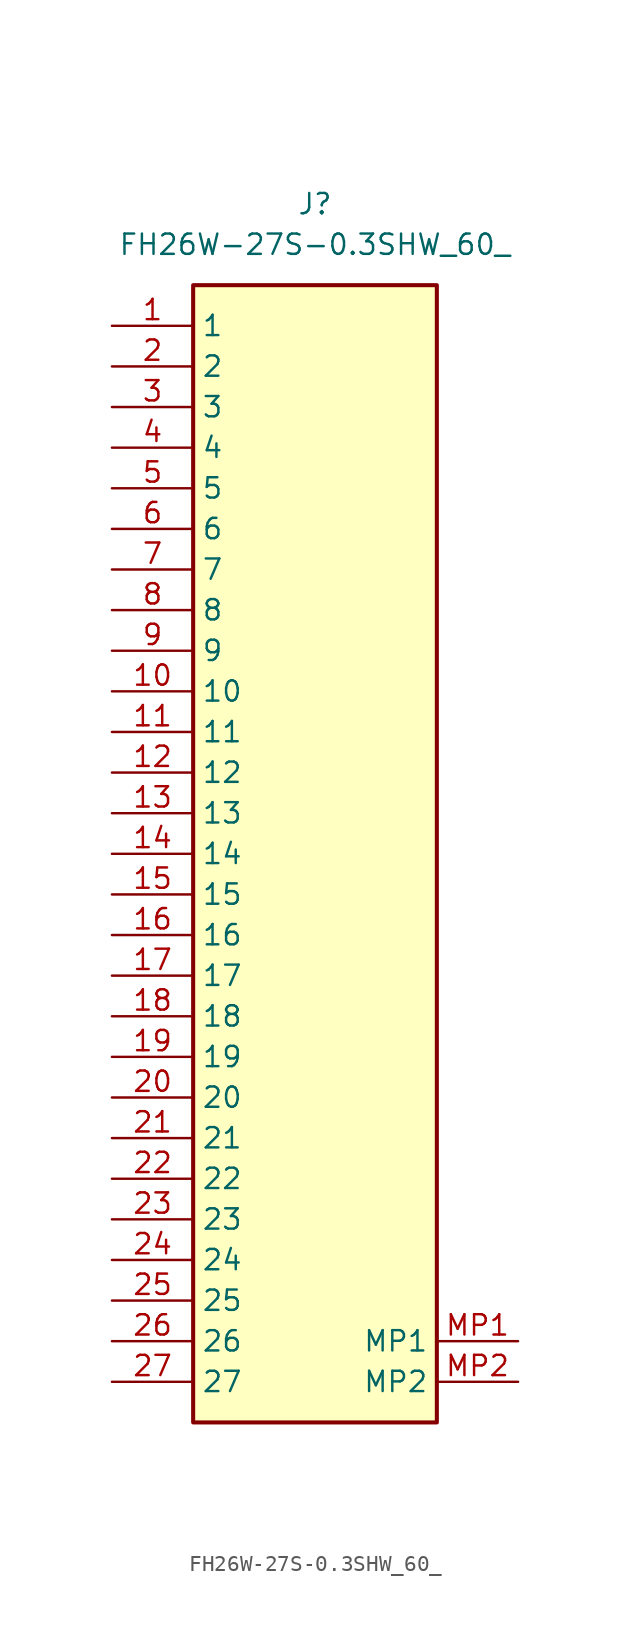
<source format=kicad_sym>
(kicad_symbol_lib
  (version 20231120)
  (generator "kicad_symbol_editor")
  (generator_version "8.0")
  (symbol "FH26W-27S-0.3SHW_60_"
    (property "Reference" "J"
      (at 0 5.08 0)
      (effects (font (size 1.27 1.27))))
    (property "Value" "FH26W-27S-0.3SHW_60_"
      (at 0 2.54 0)
      (effects (font (size 1.27 1.27))))
    (symbol "FH26W-27S-0.3SHW_60__1_1"
      (rectangle (start -7.62 0) (end 7.62 -71.12) (stroke (width 0.254) (type default)) (fill (type background)))
      (pin passive line (at -12.7 -2.54 0) (length 5.08) (name "1" (effects (font (size 1.27 1.27)))) (number "1" (effects (font (size 1.27 1.27)))))
      (pin passive line (at -12.7 -25.4 0) (length 5.08) (name "10" (effects (font (size 1.27 1.27)))) (number "10" (effects (font (size 1.27 1.27)))))
      (pin passive line (at -12.7 -27.94 0) (length 5.08) (name "11" (effects (font (size 1.27 1.27)))) (number "11" (effects (font (size 1.27 1.27)))))
      (pin passive line (at -12.7 -30.48 0) (length 5.08) (name "12" (effects (font (size 1.27 1.27)))) (number "12" (effects (font (size 1.27 1.27)))))
      (pin passive line (at -12.7 -33.02 0) (length 5.08) (name "13" (effects (font (size 1.27 1.27)))) (number "13" (effects (font (size 1.27 1.27)))))
      (pin passive line (at -12.7 -35.56 0) (length 5.08) (name "14" (effects (font (size 1.27 1.27)))) (number "14" (effects (font (size 1.27 1.27)))))
      (pin passive line (at -12.7 -38.1 0) (length 5.08) (name "15" (effects (font (size 1.27 1.27)))) (number "15" (effects (font (size 1.27 1.27)))))
      (pin passive line (at -12.7 -40.64 0) (length 5.08) (name "16" (effects (font (size 1.27 1.27)))) (number "16" (effects (font (size 1.27 1.27)))))
      (pin passive line (at -12.7 -43.18 0) (length 5.08) (name "17" (effects (font (size 1.27 1.27)))) (number "17" (effects (font (size 1.27 1.27)))))
      (pin passive line (at -12.7 -45.72 0) (length 5.08) (name "18" (effects (font (size 1.27 1.27)))) (number "18" (effects (font (size 1.27 1.27)))))
      (pin passive line (at -12.7 -48.26 0) (length 5.08) (name "19" (effects (font (size 1.27 1.27)))) (number "19" (effects (font (size 1.27 1.27)))))
      (pin passive line (at -12.7 -5.08 0) (length 5.08) (name "2" (effects (font (size 1.27 1.27)))) (number "2" (effects (font (size 1.27 1.27)))))
      (pin passive line (at -12.7 -50.8 0) (length 5.08) (name "20" (effects (font (size 1.27 1.27)))) (number "20" (effects (font (size 1.27 1.27)))))
      (pin passive line (at -12.7 -53.34 0) (length 5.08) (name "21" (effects (font (size 1.27 1.27)))) (number "21" (effects (font (size 1.27 1.27)))))
      (pin passive line (at -12.7 -55.88 0) (length 5.08) (name "22" (effects (font (size 1.27 1.27)))) (number "22" (effects (font (size 1.27 1.27)))))
      (pin passive line (at -12.7 -58.42 0) (length 5.08) (name "23" (effects (font (size 1.27 1.27)))) (number "23" (effects (font (size 1.27 1.27)))))
      (pin passive line (at -12.7 -60.96 0) (length 5.08) (name "24" (effects (font (size 1.27 1.27)))) (number "24" (effects (font (size 1.27 1.27)))))
      (pin passive line (at -12.7 -63.5 0) (length 5.08) (name "25" (effects (font (size 1.27 1.27)))) (number "25" (effects (font (size 1.27 1.27)))))
      (pin passive line (at -12.7 -66.04 0) (length 5.08) (name "26" (effects (font (size 1.27 1.27)))) (number "26" (effects (font (size 1.27 1.27)))))
      (pin passive line (at -12.7 -68.58 0) (length 5.08) (name "27" (effects (font (size 1.27 1.27)))) (number "27" (effects (font (size 1.27 1.27)))))
      (pin passive line (at -12.7 -7.62 0) (length 5.08) (name "3" (effects (font (size 1.27 1.27)))) (number "3" (effects (font (size 1.27 1.27)))))
      (pin passive line (at -12.7 -10.16 0) (length 5.08) (name "4" (effects (font (size 1.27 1.27)))) (number "4" (effects (font (size 1.27 1.27)))))
      (pin passive line (at -12.7 -12.7 0) (length 5.08) (name "5" (effects (font (size 1.27 1.27)))) (number "5" (effects (font (size 1.27 1.27)))))
      (pin passive line (at -12.7 -15.24 0) (length 5.08) (name "6" (effects (font (size 1.27 1.27)))) (number "6" (effects (font (size 1.27 1.27)))))
      (pin passive line (at -12.7 -17.78 0) (length 5.08) (name "7" (effects (font (size 1.27 1.27)))) (number "7" (effects (font (size 1.27 1.27)))))
      (pin passive line (at -12.7 -20.32 0) (length 5.08) (name "8" (effects (font (size 1.27 1.27)))) (number "8" (effects (font (size 1.27 1.27)))))
      (pin passive line (at -12.7 -22.86 0) (length 5.08) (name "9" (effects (font (size 1.27 1.27)))) (number "9" (effects (font (size 1.27 1.27)))))
      (pin passive line (at 12.7 -66.04 180) (length 5.08) (name "MP1" (effects (font (size 1.27 1.27)))) (number "MP1" (effects (font (size 1.27 1.27)))))
      (pin passive line (at 12.7 -68.58 180) (length 5.08) (name "MP2" (effects (font (size 1.27 1.27)))) (number "MP2" (effects (font (size 1.27 1.27))))))))
</source>
